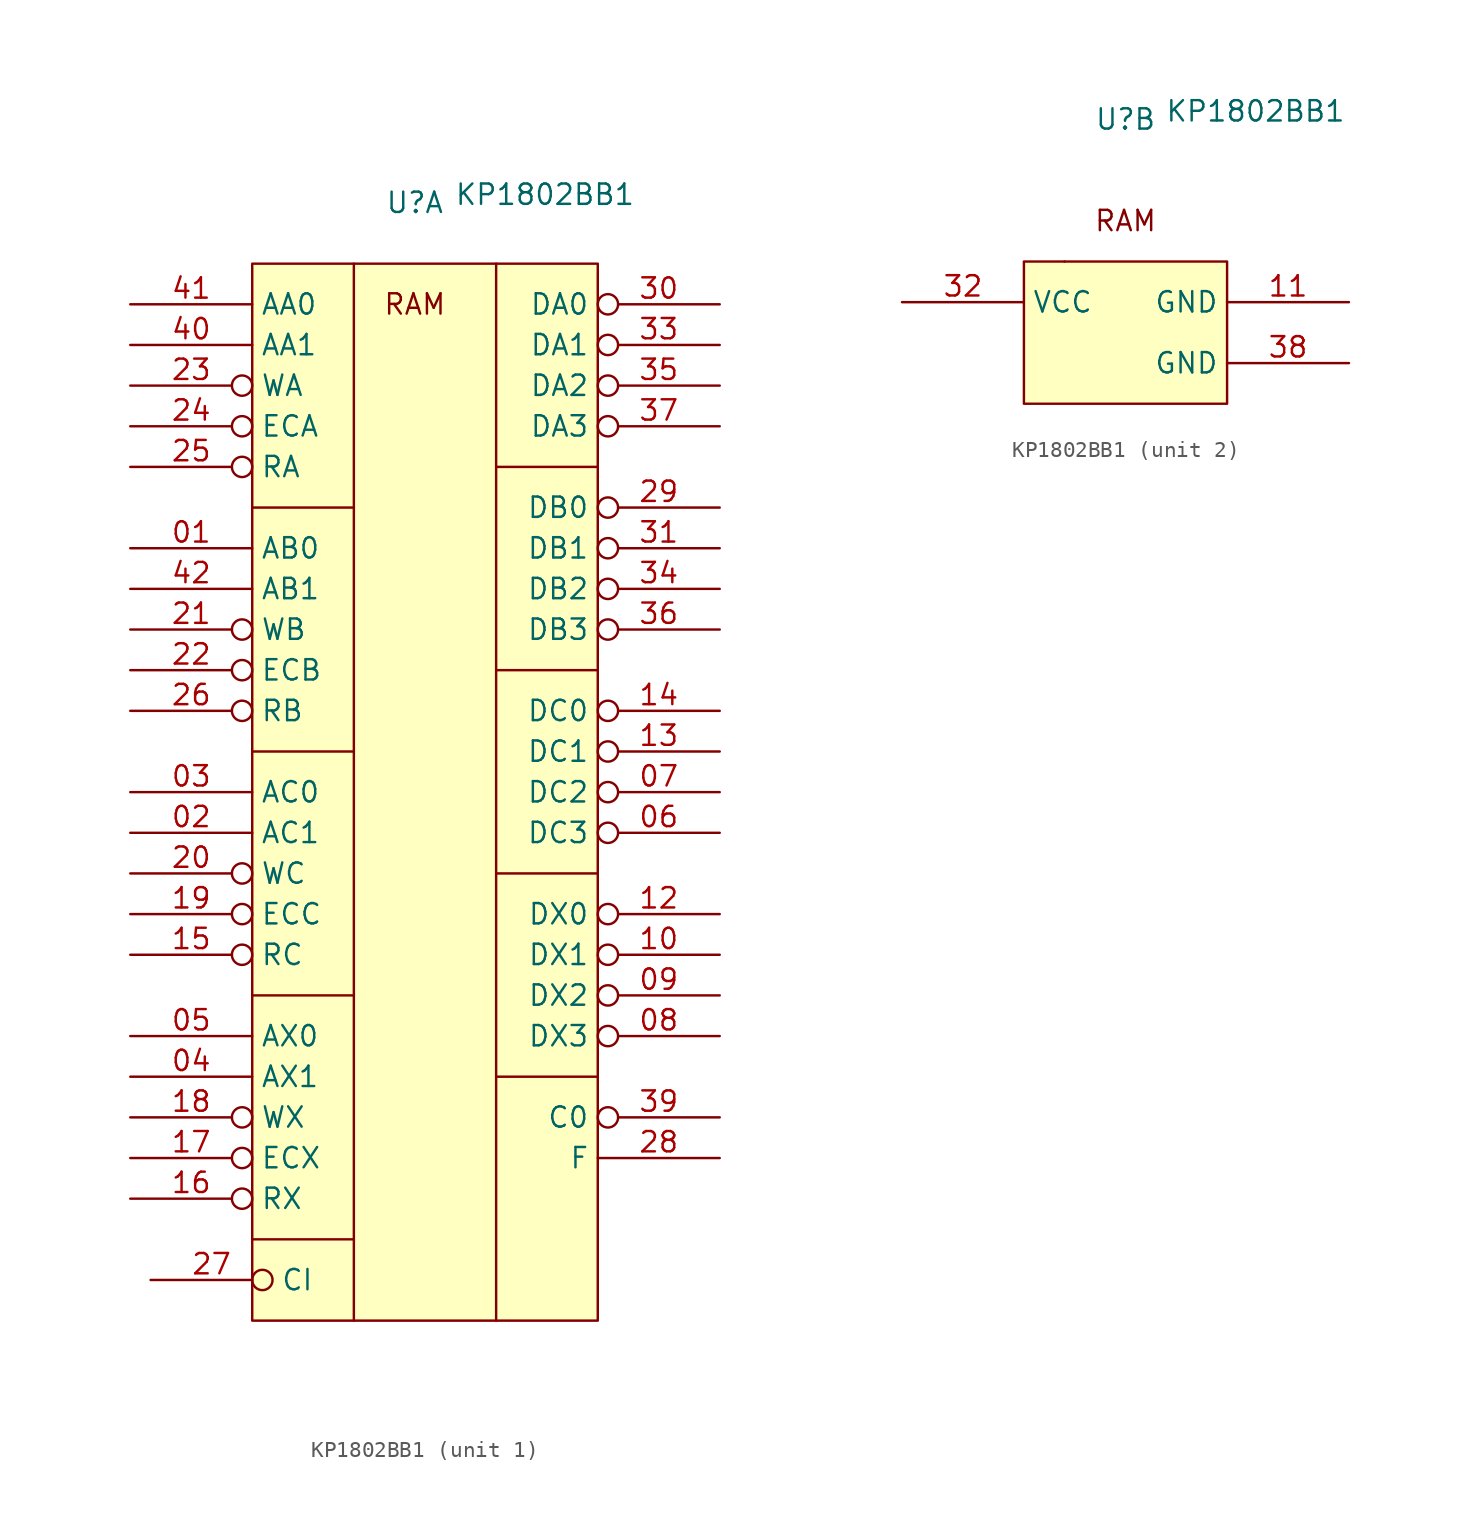
<source format=kicad_sym>
(kicad_symbol_lib
  (version 20220914)
  (generator kicad_symbol_editor)
  (symbol "КР1802ВВ1"
    (property "Reference" "U"
      (at 0 0 0)
      (effects (font (size 1.27 1.27))))
    (property "Value" "КР1802ВВ1"
      (at 8.128 0.508 0)
      (effects (font (size 1.27 1.27))))
    (property "ki_locked" ""
      (at 0 0 0)
      (effects (font (size 1.27 1.27))))
    (symbol "КР1802ВВ1_0_0"
      (text "RAM" (at 0 -6.35 0) (effects (font (size 1.27 1.27)))))
    (symbol "КР1802ВВ1_1_1"
      (rectangle (start -10.16 -3.81) (end 11.43 -69.85) (stroke (width 0) (type default)) (fill (type background)))
      (polyline (pts (xy -10.16 -64.77) (xy -3.81 -64.77)) (stroke (width 0) (type default)) (fill (type none)))
      (polyline (pts (xy -10.16 -34.29) (xy -3.81 -34.29)) (stroke (width 0) (type default)) (fill (type none)))
      (polyline (pts (xy -10.16 -19.05) (xy -3.81 -19.05)) (stroke (width 0) (type default)) (fill (type none)))
      (polyline (pts (xy -3.81 -49.53) (xy -10.16 -49.53)) (stroke (width 0) (type default)) (fill (type none)))
      (polyline (pts (xy -3.81 -3.81) (xy -3.81 -69.85)) (stroke (width 0) (type default)) (fill (type none)))
      (polyline (pts (xy 5.08 -3.81) (xy 5.08 -69.85)) (stroke (width 0) (type default)) (fill (type none)))
      (polyline (pts (xy 11.43 -54.61) (xy 5.08 -54.61)) (stroke (width 0) (type default)) (fill (type none)))
      (polyline (pts (xy 11.43 -41.91) (xy 5.08 -41.91)) (stroke (width 0) (type default)) (fill (type none)))
      (polyline (pts (xy 11.43 -29.21) (xy 5.08 -29.21)) (stroke (width 0) (type default)) (fill (type none)))
      (polyline (pts (xy 11.43 -16.51) (xy 5.08 -16.51)) (stroke (width 0) (type default)) (fill (type none)))
      (pin input line (at -17.78 -21.59 0) (length 7.62) (name "AB0" (effects (font (size 1.27 1.27)))) (number "01" (effects (font (size 1.27 1.27)))))
      (pin input line (at -17.78 -39.37 0) (length 7.62) (name "AC1" (effects (font (size 1.27 1.27)))) (number "02" (effects (font (size 1.27 1.27)))))
      (pin input line (at -17.78 -36.83 0) (length 7.62) (name "AC0" (effects (font (size 1.27 1.27)))) (number "03" (effects (font (size 1.27 1.27)))))
      (pin input line (at -17.78 -54.61 0) (length 7.62) (name "AX1" (effects (font (size 1.27 1.27)))) (number "04" (effects (font (size 1.27 1.27)))))
      (pin input line (at -17.78 -52.07 0) (length 7.62) (name "AX0" (effects (font (size 1.27 1.27)))) (number "05" (effects (font (size 1.27 1.27)))))
      (pin input inverted (at 19.05 -39.37 180) (length 7.62) (name "DC3" (effects (font (size 1.27 1.27)))) (number "06" (effects (font (size 1.27 1.27)))))
      (pin input inverted (at 19.05 -36.83 180) (length 7.62) (name "DC2" (effects (font (size 1.27 1.27)))) (number "07" (effects (font (size 1.27 1.27)))))
      (pin input inverted (at 19.05 -52.07 180) (length 7.62) (name "DX3" (effects (font (size 1.27 1.27)))) (number "08" (effects (font (size 1.27 1.27)))))
      (pin input inverted (at 19.05 -49.53 180) (length 7.62) (name "DX2" (effects (font (size 1.27 1.27)))) (number "09" (effects (font (size 1.27 1.27)))))
      (pin input inverted (at 19.05 -46.99 180) (length 7.62) (name "DX1" (effects (font (size 1.27 1.27)))) (number "10" (effects (font (size 1.27 1.27)))))
      (pin input inverted (at 19.05 -44.45 180) (length 7.62) (name "DX0" (effects (font (size 1.27 1.27)))) (number "12" (effects (font (size 1.27 1.27)))))
      (pin input inverted (at 19.05 -34.29 180) (length 7.62) (name "DC1" (effects (font (size 1.27 1.27)))) (number "13" (effects (font (size 1.27 1.27)))))
      (pin input inverted (at 19.05 -31.75 180) (length 7.62) (name "DC0" (effects (font (size 1.27 1.27)))) (number "14" (effects (font (size 1.27 1.27)))))
      (pin input inverted (at -17.78 -46.99 0) (length 7.62) (name "RC" (effects (font (size 1.27 1.27)))) (number "15" (effects (font (size 1.27 1.27)))))
      (pin input inverted (at -17.78 -62.23 0) (length 7.62) (name "RX" (effects (font (size 1.27 1.27)))) (number "16" (effects (font (size 1.27 1.27)))))
      (pin input inverted (at -17.78 -59.69 0) (length 7.62) (name "ECX" (effects (font (size 1.27 1.27)))) (number "17" (effects (font (size 1.27 1.27)))))
      (pin input inverted (at -17.78 -57.15 0) (length 7.62) (name "WX" (effects (font (size 1.27 1.27)))) (number "18" (effects (font (size 1.27 1.27)))))
      (pin input inverted (at -17.78 -44.45 0) (length 7.62) (name "ECC" (effects (font (size 1.27 1.27)))) (number "19" (effects (font (size 1.27 1.27)))))
      (pin input inverted (at -17.78 -41.91 0) (length 7.62) (name "WC" (effects (font (size 1.27 1.27)))) (number "20" (effects (font (size 1.27 1.27)))))
      (pin input inverted (at -17.78 -26.67 0) (length 7.62) (name "WB" (effects (font (size 1.27 1.27)))) (number "21" (effects (font (size 1.27 1.27)))))
      (pin input inverted (at -17.78 -29.21 0) (length 7.62) (name "ECB" (effects (font (size 1.27 1.27)))) (number "22" (effects (font (size 1.27 1.27)))))
      (pin input inverted (at -17.78 -11.43 0) (length 7.62) (name "WA" (effects (font (size 1.27 1.27)))) (number "23" (effects (font (size 1.27 1.27)))))
      (pin input inverted (at -17.78 -13.97 0) (length 7.62) (name "ECA" (effects (font (size 1.27 1.27)))) (number "24" (effects (font (size 1.27 1.27)))))
      (pin input inverted (at -17.78 -16.51 0) (length 7.62) (name "RA" (effects (font (size 1.27 1.27)))) (number "25" (effects (font (size 1.27 1.27)))))
      (pin input inverted (at -17.78 -31.75 0) (length 7.62) (name "RB" (effects (font (size 1.27 1.27)))) (number "26" (effects (font (size 1.27 1.27)))))
      (pin input inverted (at -16.51 -67.31 0) (length 7.62) (name "CI" (effects (font (size 1.27 1.27)))) (number "27" (effects (font (size 1.27 1.27)))))
      (pin input line (at 19.05 -59.69 180) (length 7.62) (name "F" (effects (font (size 1.27 1.27)))) (number "28" (effects (font (size 1.27 1.27)))))
      (pin input inverted (at 19.05 -19.05 180) (length 7.62) (name "DB0" (effects (font (size 1.27 1.27)))) (number "29" (effects (font (size 1.27 1.27)))))
      (pin input inverted (at 19.05 -6.35 180) (length 7.62) (name "DA0" (effects (font (size 1.27 1.27)))) (number "30" (effects (font (size 1.27 1.27)))))
      (pin input inverted (at 19.05 -21.59 180) (length 7.62) (name "DB1" (effects (font (size 1.27 1.27)))) (number "31" (effects (font (size 1.27 1.27)))))
      (pin input inverted (at 19.05 -8.89 180) (length 7.62) (name "DA1" (effects (font (size 1.27 1.27)))) (number "33" (effects (font (size 1.27 1.27)))))
      (pin input inverted (at 19.05 -24.13 180) (length 7.62) (name "DB2" (effects (font (size 1.27 1.27)))) (number "34" (effects (font (size 1.27 1.27)))))
      (pin input inverted (at 19.05 -11.43 180) (length 7.62) (name "DA2" (effects (font (size 1.27 1.27)))) (number "35" (effects (font (size 1.27 1.27)))))
      (pin input inverted (at 19.05 -26.67 180) (length 7.62) (name "DB3" (effects (font (size 1.27 1.27)))) (number "36" (effects (font (size 1.27 1.27)))))
      (pin input inverted (at 19.05 -13.97 180) (length 7.62) (name "DA3" (effects (font (size 1.27 1.27)))) (number "37" (effects (font (size 1.27 1.27)))))
      (pin input inverted (at 19.05 -57.15 180) (length 7.62) (name "C0" (effects (font (size 1.27 1.27)))) (number "39" (effects (font (size 1.27 1.27)))))
      (pin input line (at -17.78 -8.89 0) (length 7.62) (name "AA1" (effects (font (size 1.27 1.27)))) (number "40" (effects (font (size 1.27 1.27)))))
      (pin input line (at -17.78 -6.35 0) (length 7.62) (name "AA0" (effects (font (size 1.27 1.27)))) (number "41" (effects (font (size 1.27 1.27)))))
      (pin input line (at -17.78 -24.13 0) (length 7.62) (name "AB1" (effects (font (size 1.27 1.27)))) (number "42" (effects (font (size 1.27 1.27))))))
    (symbol "КР1802ВВ1_2_1"
      (rectangle (start -6.35 -8.89) (end 6.35 -17.78) (stroke (width 0) (type default)) (fill (type background)))
      (rectangle (start -3.81 -8.89) (end -3.81 -8.89) (stroke (width 0) (type default)) (fill (type none)))
      (pin power_in line (at 13.97 -11.43 180) (length 7.62) (name "GND" (effects (font (size 1.27 1.27)))) (number "11" (effects (font (size 1.27 1.27)))))
      (pin power_in line (at -13.97 -11.43 0) (length 7.62) (name "VCC" (effects (font (size 1.27 1.27)))) (number "32" (effects (font (size 1.27 1.27)))))
      (pin power_in line (at 13.97 -15.24 180) (length 7.62) (name "GND" (effects (font (size 1.27 1.27)))) (number "38" (effects (font (size 1.27 1.27))))))))
</source>
